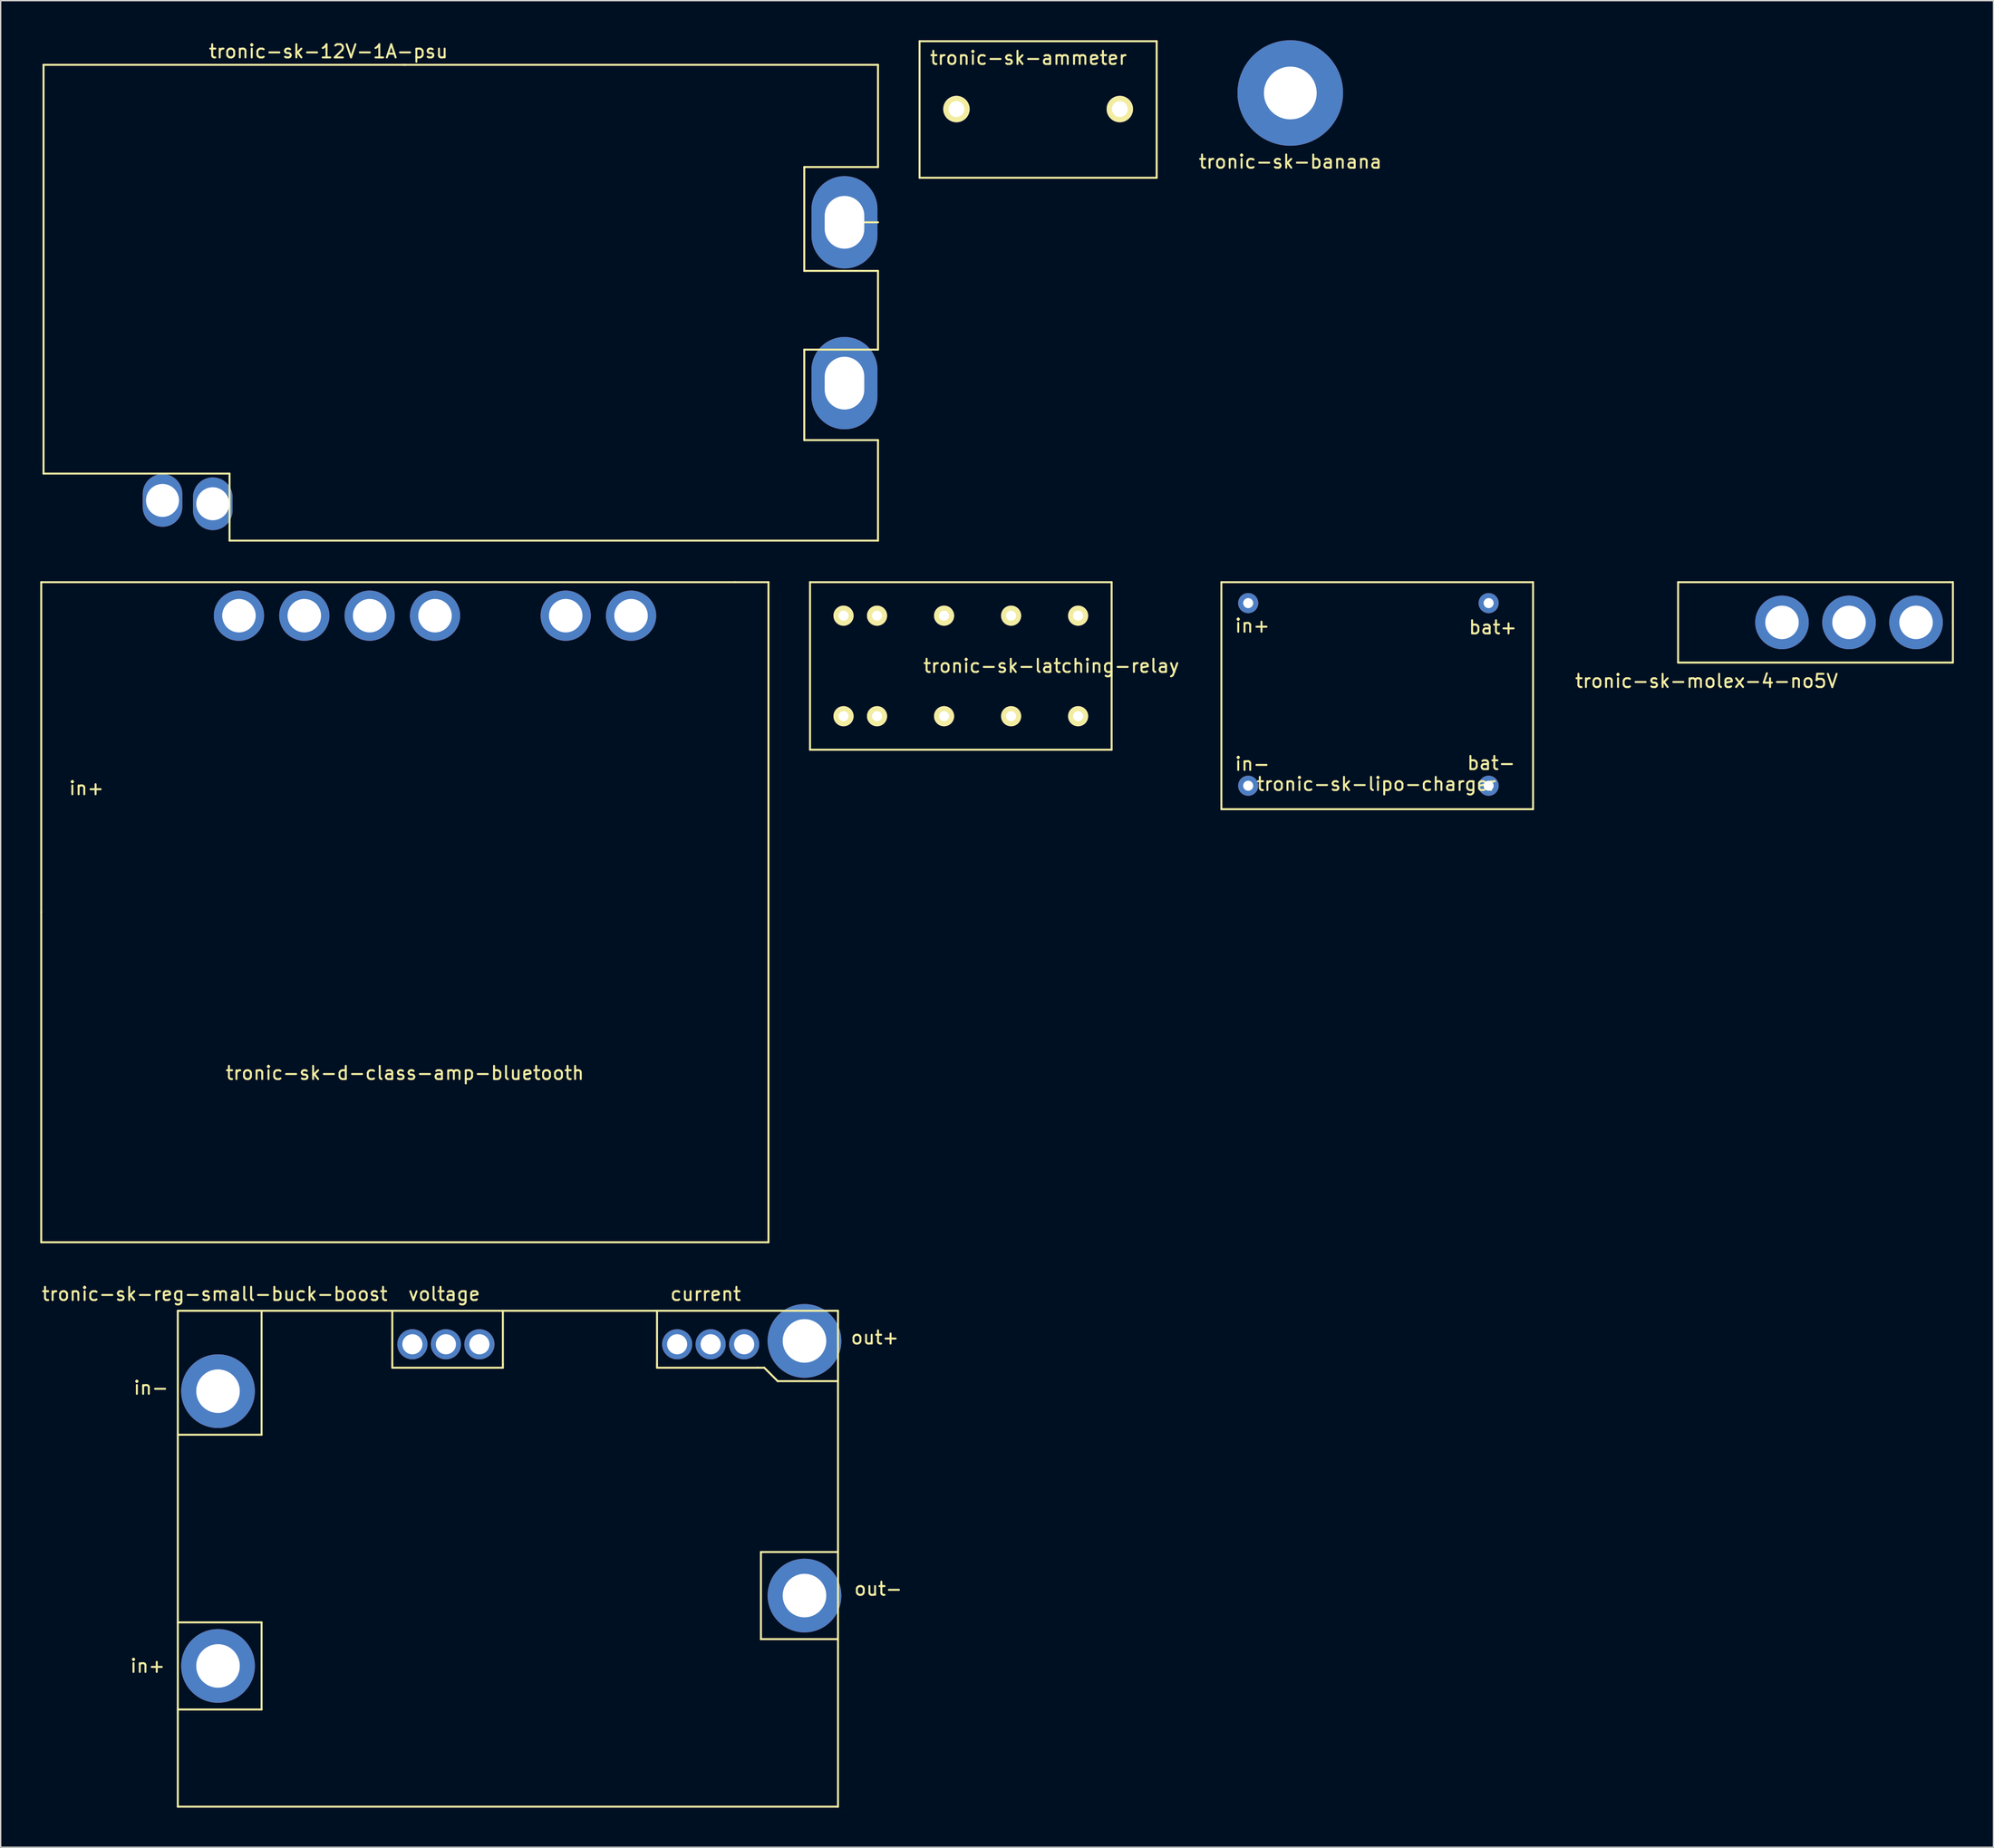
<source format=kicad_pcb>
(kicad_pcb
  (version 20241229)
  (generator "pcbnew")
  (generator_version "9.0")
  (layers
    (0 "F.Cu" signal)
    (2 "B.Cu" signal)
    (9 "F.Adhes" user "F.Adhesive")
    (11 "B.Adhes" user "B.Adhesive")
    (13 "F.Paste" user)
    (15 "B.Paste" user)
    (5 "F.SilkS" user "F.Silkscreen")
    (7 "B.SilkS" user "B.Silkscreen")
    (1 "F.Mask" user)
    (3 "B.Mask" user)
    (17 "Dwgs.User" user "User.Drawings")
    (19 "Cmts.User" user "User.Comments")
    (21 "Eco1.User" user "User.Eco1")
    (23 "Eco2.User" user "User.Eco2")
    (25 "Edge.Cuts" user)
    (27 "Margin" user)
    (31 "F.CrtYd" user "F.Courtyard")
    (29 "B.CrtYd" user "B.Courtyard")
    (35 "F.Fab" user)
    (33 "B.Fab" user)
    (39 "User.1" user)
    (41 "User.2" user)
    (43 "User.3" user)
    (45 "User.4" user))
  (footprint "tronic-sk-banana"
    (layer "F.Cu")
    (at 94.745 4)
    (property "Reference" "tronic-sk-banana" (at 0 5.207 0) (layer "F.SilkS") (effects (font (size 1 1) (thickness 0.15))))
    (attr through_hole)
    (pad "1" thru_hole circle (at 0 0) (size 8 8) (drill 4) (layers "*.Cu" "*.Mask")))
  (footprint "tronic-sk-lipo-charger"
    (layer "F.Cu")
    (at 101.205 49.845)
    (property "Reference" "tronic-sk-lipo-charger" (at 0.064 6.54 0) (layer "F.SilkS") (effects (font (size 1 1) (thickness 0.15))))
    (attr through_hole)
    (fp_line (start -11.684 -8.763) (end 11.938 -8.763) (stroke (width 0.15) (type solid)) (layer "F.SilkS"))
    (fp_line (start -11.684 8.445) (end -11.684 -8.763) (stroke (width 0.15) (type solid)) (layer "F.SilkS"))
    (fp_line (start 11.938 -8.763) (end 11.938 8.445) (stroke (width 0.15) (type solid)) (layer "F.SilkS"))
    (fp_line (start 11.938 8.445) (end -11.684 8.445) (stroke (width 0.15) (type solid)) (layer "F.SilkS"))
    (fp_text user "in+" (at -9.335 -5.461 0) (layer "F.SilkS") (effects (font (size 1 1) (thickness 0.15))))
    (fp_text user "in-" (at -9.335 5.016 0) (layer "F.SilkS") (effects (font (size 1 1) (thickness 0.15))))
    (fp_text user "bat+" (at 8.89 -5.334 0) (layer "F.SilkS") (effects (font (size 1 1) (thickness 0.15))))
    (fp_text user "bat-" (at 8.763 4.953 0) (layer "F.SilkS") (effects (font (size 1 1) (thickness 0.15))))
    (pad "1" thru_hole circle (at -9.652 -7.176) (size 1.524 1.524) (drill 0.762) (layers "*.Cu" "*.Mask"))
    (pad "2" thru_hole circle (at -9.652 6.668) (size 1.524 1.524) (drill 0.762) (layers "*.Cu" "*.Mask"))
    (pad "3" thru_hole circle (at 8.572 -7.176) (size 1.524 1.524) (drill 0.762) (layers "*.Cu" "*.Mask"))
    (pad "4" thru_hole circle (at 8.572 6.668) (size 1.524 1.524) (drill 0.762) (layers "*.Cu" "*.Mask")))
  (footprint "tronic-sk-12V-1A-psu"
    (layer "F.Cu")
    (at 0.25 1.864)
    (property "Reference" "tronic-sk-12V-1A-psu" (at 21.59 -1.016 0) (layer "F.SilkS") (effects (font (size 1 1) (thickness 0.15))))
    (attr through_hole)
    (fp_line (start 0 0) (end 63.246 0) (stroke (width 0.15) (type solid)) (layer "F.SilkS"))
    (fp_line (start 0 30.988) (end 0 0) (stroke (width 0.15) (type solid)) (layer "F.SilkS"))
    (fp_line (start 14.097 30.988) (end 0 30.988) (stroke (width 0.15) (type solid)) (layer "F.SilkS"))
    (fp_line (start 14.097 30.988) (end 14.097 36.068) (stroke (width 0.15) (type solid)) (layer "F.SilkS"))
    (fp_line (start 14.097 36.068) (end 63.246 36.068) (stroke (width 0.15) (type solid)) (layer "F.SilkS"))
    (fp_line (start 27.28 0) (end 27.432 0) (stroke (width 0.15) (type solid)) (layer "F.SilkS"))
    (fp_line (start 57.658 7.747) (end 63.246 7.747) (stroke (width 0.15) (type solid)) (layer "F.SilkS"))
    (fp_line (start 57.658 15.621) (end 57.658 7.747) (stroke (width 0.15) (type solid)) (layer "F.SilkS"))
    (fp_line (start 57.658 15.621) (end 63.246 15.621) (stroke (width 0.15) (type solid)) (layer "F.SilkS"))
    (fp_line (start 57.658 21.59) (end 63.246 21.59) (stroke (width 0.15) (type solid)) (layer "F.SilkS"))
    (fp_line (start 57.658 28.448) (end 57.658 21.59) (stroke (width 0.15) (type solid)) (layer "F.SilkS"))
    (fp_line (start 57.658 28.448) (end 63.246 28.448) (stroke (width 0.15) (type solid)) (layer "F.SilkS"))
    (fp_line (start 63.246 7.747) (end 63.246 0) (stroke (width 0.15) (type solid)) (layer "F.SilkS"))
    (fp_line (start 63.246 11.938) (end 60.706 11.938) (stroke (width 0.15) (type solid)) (layer "F.SilkS"))
    (fp_line (start 63.246 15.621) (end 63.246 21.59) (stroke (width 0.15) (type solid)) (layer "F.SilkS"))
    (fp_line (start 63.246 28.448) (end 63.246 36.068) (stroke (width 0.15) (type solid)) (layer "F.SilkS"))
    (pad "1" thru_hole oval (at 60.706 11.938) (size 5 7) (drill oval 3 4) (layers "*.Cu" "*.Mask"))
    (pad "2" thru_hole oval (at 60.706 24.13) (size 5 7) (drill oval 3 4) (layers "*.Cu" "*.Mask"))
    (pad "3" thru_hole oval (at 9.017 33.02) (size 3 4) (drill 2.5) (layers "*.Cu" "*.Mask"))
    (pad "4" thru_hole oval (at 12.827 33.274) (size 3 4) (drill 2.5) (layers "*.Cu" "*.Mask")))
  (footprint "tronic-sk-ammeter"
    (layer "F.Cu")
    (at 74.139 3.758)
    (property "Reference" "tronic-sk-ammeter" (at 0.762 -2.413 0) (layer "F.SilkS") (effects (font (size 1 1) (thickness 0.15))))
    (attr through_hole)
    (fp_line (start -7.493 -3.683) (end 10.477 -3.683) (stroke (width 0.15) (type solid)) (layer "F.SilkS"))
    (fp_line (start -7.493 6.668) (end -7.493 -3.683) (stroke (width 0.15) (type solid)) (layer "F.SilkS"))
    (fp_line (start 10.477 -3.683) (end 10.477 6.668) (stroke (width 0.15) (type solid)) (layer "F.SilkS"))
    (fp_line (start 10.477 6.668) (end -7.493 6.668) (stroke (width 0.15) (type solid)) (layer "F.SilkS"))
    (pad "1" thru_hole circle (at -4.699 1.46) (size 2 2) (drill 1.2) (layers "*.Cu" "*.Mask" "F.SilkS"))
    (pad "2" thru_hole circle (at 7.684 1.46) (size 2 2) (drill 1.2) (layers "*.Cu" "*.Mask" "F.SilkS")))
  (footprint "tronic-sk-molex-4-no5V"
    (layer "F.Cu")
    (at 134.551 44.13)
    (property "Reference" "tronic-sk-molex-4-no5V" (at -8.255 4.445 0) (layer "F.SilkS") (effects (font (size 1 1) (thickness 0.15))))
    (attr through_hole)
    (fp_line (start -10.414 -3.048) (end 10.16 -3.048) (stroke (width 0.15) (type solid)) (layer "F.SilkS"))
    (fp_line (start -10.414 3.048) (end -10.414 -3.048) (stroke (width 0.15) (type solid)) (layer "F.SilkS"))
    (fp_line (start 10.16 -3.048) (end 10.414 -3.048) (stroke (width 0.15) (type solid)) (layer "F.SilkS"))
    (fp_line (start 10.414 -3.048) (end 10.414 0) (stroke (width 0.15) (type solid)) (layer "F.SilkS"))
    (fp_line (start 10.414 0) (end 10.414 3.048) (stroke (width 0.15) (type solid)) (layer "F.SilkS"))
    (fp_line (start 10.414 3.048) (end -10.414 3.048) (stroke (width 0.15) (type solid)) (layer "F.SilkS"))
    (pad "1" thru_hole circle (at -2.54 0) (size 4.064 4.064) (drill 2.54) (layers "*.Cu" "*.Mask"))
    (pad "1" thru_hole circle (at 2.54 0) (size 4.064 4.064) (drill 2.54) (layers "*.Cu" "*.Mask"))
    (pad "2" thru_hole circle (at 7.62 0) (size 4.064 4.064) (drill 2.54) (layers "*.Cu" "*.Mask")))
  (footprint "tronic-sk-d-class-amp-bluetooth"
    (layer "F.Cu")
    (at 27.634 66.101)
    (property "Reference" "tronic-sk-d-class-amp-bluetooth" (at 0 12.192 0) (layer "F.SilkS") (effects (font (size 1 1) (thickness 0.15))))
    (attr through_hole)
    (fp_line (start -27.559 -25.019) (end 25.019 -25.019) (stroke (width 0.15) (type solid)) (layer "F.SilkS"))
    (fp_line (start -27.559 0) (end -27.559 -25.019) (stroke (width 0.15) (type solid)) (layer "F.SilkS"))
    (fp_line (start -27.559 25.019) (end -27.559 0) (stroke (width 0.15) (type solid)) (layer "F.SilkS"))
    (fp_line (start 25.019 -25.019) (end 27.559 -25.019) (stroke (width 0.15) (type solid)) (layer "F.SilkS"))
    (fp_line (start 27.559 -25.019) (end 27.559 25.019) (stroke (width 0.15) (type solid)) (layer "F.SilkS"))
    (fp_line (start 27.559 25.019) (end -27.559 25.019) (stroke (width 0.15) (type solid)) (layer "F.SilkS"))
    (fp_text user "in+" (at -24.13 -9.398 0) (layer "F.SilkS") (effects (font (size 1 1) (thickness 0.15))))
    (pad "1" thru_hole circle (at 17.145 -22.479) (size 3.81 3.81) (drill 2.54) (layers "*.Cu" "*.Mask"))
    (pad "2" thru_hole circle (at 12.192 -22.479) (size 3.81 3.81) (drill 2.54) (layers "*.Cu" "*.Mask"))
    (pad "3" thru_hole circle (at 2.286 -22.479) (size 3.81 3.81) (drill 2.54) (layers "*.Cu" "*.Mask"))
    (pad "4" thru_hole circle (at -2.667 -22.479) (size 3.81 3.81) (drill 2.54) (layers "*.Cu" "*.Mask"))
    (pad "5" thru_hole circle (at -7.62 -22.479) (size 3.81 3.81) (drill 2.54) (layers "*.Cu" "*.Mask"))
    (pad "6" thru_hole circle (at -12.573 -22.479) (size 3.81 3.81) (drill 2.54) (layers "*.Cu" "*.Mask")))
  (footprint "tronic-sk-latching-relay"
    (layer "F.Cu")
    (at 65.963 51.242)
    (property "Reference" "tronic-sk-latching-relay" (at 10.668 -3.81 0) (layer "F.SilkS") (effects (font (size 1 1) (thickness 0.15))))
    (attr through_hole)
    (fp_line (start -7.62 -10.16) (end -7.62 2.54) (stroke (width 0.15) (type solid)) (layer "F.SilkS"))
    (fp_line (start -7.62 -10.16) (end 15.24 -10.16) (stroke (width 0.15) (type solid)) (layer "F.SilkS"))
    (fp_line (start 15.24 -10.16) (end 15.24 2.54) (stroke (width 0.15) (type solid)) (layer "F.SilkS"))
    (fp_line (start 15.24 2.54) (end -7.62 2.54) (stroke (width 0.15) (type solid)) (layer "F.SilkS"))
    (pad "1" thru_hole circle (at -5.08 0) (size 1.524 1.524) (drill 0.762) (layers "*.Cu" "*.Mask" "F.SilkS"))
    (pad "2" thru_hole circle (at -5.08 -7.62) (size 1.524 1.524) (drill 0.762) (layers "*.Cu" "*.Mask" "F.SilkS"))
    (pad "3" thru_hole circle (at -2.54 0) (size 1.524 1.524) (drill 0.762) (layers "*.Cu" "*.Mask" "F.SilkS"))
    (pad "4" thru_hole circle (at -2.54 -7.62) (size 1.524 1.524) (drill 0.762) (layers "*.Cu" "*.Mask" "F.SilkS"))
    (pad "5" thru_hole circle (at 2.54 0) (size 1.524 1.524) (drill 0.762) (layers "*.Cu" "*.Mask" "F.SilkS"))
    (pad "6" thru_hole circle (at 2.54 -7.62) (size 1.524 1.524) (drill 0.762) (layers "*.Cu" "*.Mask" "F.SilkS"))
    (pad "7" thru_hole circle (at 7.62 0) (size 1.524 1.524) (drill 0.762) (layers "*.Cu" "*.Mask" "F.SilkS"))
    (pad "8" thru_hole circle (at 7.62 -7.62) (size 1.524 1.524) (drill 0.762) (layers "*.Cu" "*.Mask" "F.SilkS"))
    (pad "9" thru_hole circle (at 12.7 0) (size 1.524 1.524) (drill 0.762) (layers "*.Cu" "*.Mask" "F.SilkS"))
    (pad "10" thru_hole circle (at 12.7 -7.62) (size 1.524 1.524) (drill 0.762) (layers "*.Cu" "*.Mask" "F.SilkS")))
  (footprint "tronic-sk-reg-small-buck-boost"
    (layer "F.Cu")
    (at 35.445 115.109)
    (property "Reference" "tronic-sk-reg-small-buck-boost" (at -22.225 -20.066 0) (layer "F.SilkS") (effects (font (size 1 1) (thickness 0.15))))
    (attr through_hole)
    (fp_line (start -25.019 -18.796) (end 25.019 -18.796) (stroke (width 0.15) (type solid)) (layer "F.SilkS"))
    (fp_line (start -25.019 -9.398) (end -18.669 -9.398) (stroke (width 0.15) (type solid)) (layer "F.SilkS"))
    (fp_line (start -25.019 11.43) (end -18.669 11.43) (stroke (width 0.15) (type solid)) (layer "F.SilkS"))
    (fp_line (start -25.019 18.796) (end -25.019 -18.796) (stroke (width 0.15) (type solid)) (layer "F.SilkS"))
    (fp_line (start -18.669 -9.398) (end -18.669 -18.796) (stroke (width 0.15) (type solid)) (layer "F.SilkS"))
    (fp_line (start -18.669 4.826) (end -25.019 4.826) (stroke (width 0.15) (type solid)) (layer "F.SilkS"))
    (fp_line (start -18.669 11.43) (end -18.669 4.826) (stroke (width 0.15) (type solid)) (layer "F.SilkS"))
    (fp_line (start -8.763 -14.732) (end -8.763 -18.796) (stroke (width 0.15) (type solid)) (layer "F.SilkS"))
    (fp_line (start -8.763 -14.732) (end -8.763 -14.478) (stroke (width 0.15) (type solid)) (layer "F.SilkS"))
    (fp_line (start -8.763 -14.478) (end -0.381 -14.478) (stroke (width 0.15) (type solid)) (layer "F.SilkS"))
    (fp_line (start -0.381 -14.732) (end -0.381 -18.796) (stroke (width 0.15) (type solid)) (layer "F.SilkS"))
    (fp_line (start -0.381 -14.732) (end -0.381 -14.478) (stroke (width 0.15) (type solid)) (layer "F.SilkS"))
    (fp_line (start 11.303 -14.732) (end 11.303 -18.796) (stroke (width 0.15) (type solid)) (layer "F.SilkS"))
    (fp_line (start 11.303 -14.732) (end 11.303 -14.478) (stroke (width 0.15) (type solid)) (layer "F.SilkS"))
    (fp_line (start 11.303 -14.478) (end 18.923 -14.478) (stroke (width 0.15) (type solid)) (layer "F.SilkS"))
    (fp_line (start 18.923 -14.478) (end 19.431 -14.478) (stroke (width 0.15) (type solid)) (layer "F.SilkS"))
    (fp_line (start 19.177 -0.508) (end 19.177 6.096) (stroke (width 0.15) (type solid)) (layer "F.SilkS"))
    (fp_line (start 19.177 6.096) (end 25.019 6.096) (stroke (width 0.15) (type solid)) (layer "F.SilkS"))
    (fp_line (start 19.431 -14.478) (end 20.447 -13.462) (stroke (width 0.15) (type solid)) (layer "F.SilkS"))
    (fp_line (start 20.447 -13.462) (end 25.019 -13.462) (stroke (width 0.15) (type solid)) (layer "F.SilkS"))
    (fp_line (start 25.019 -18.796) (end 25.019 18.796) (stroke (width 0.15) (type solid)) (layer "F.SilkS"))
    (fp_line (start 25.019 -0.508) (end 19.177 -0.508) (stroke (width 0.15) (type solid)) (layer "F.SilkS"))
    (fp_line (start 25.019 18.796) (end -25.019 18.796) (stroke (width 0.15) (type solid)) (layer "F.SilkS"))
    (fp_text user "current" (at 14.986 -20.066 0) (layer "F.SilkS") (effects (font (size 1 1) (thickness 0.15))))
    (fp_text user "out-" (at 28.067 2.286 0) (layer "F.SilkS") (effects (font (size 1 1) (thickness 0.15))))
    (fp_text user "out+" (at 27.813 -16.764 0) (layer "F.SilkS") (effects (font (size 1 1) (thickness 0.15))))
    (fp_text user "in+" (at -27.305 8.128 0) (layer "F.SilkS") (effects (font (size 1 1) (thickness 0.15))))
    (fp_text user "voltage" (at -4.826 -20.066 0) (layer "F.SilkS") (effects (font (size 1 1) (thickness 0.15))))
    (fp_text user "in-" (at -27.051 -12.954 0) (layer "F.SilkS") (effects (font (size 1 1) (thickness 0.15))))
    (pad "1" thru_hole circle (at 22.479 -16.51) (size 5.588 5.588) (drill 3.302) (layers "*.Cu" "*.Mask"))
    (pad "2" thru_hole circle (at 22.479 2.794) (size 5.588 5.588) (drill 3.302) (layers "*.Cu" "*.Mask"))
    (pad "3" thru_hole circle (at -21.971 -12.7) (size 5.588 5.588) (drill 3.302) (layers "*.Cu" "*.Mask"))
    (pad "4" thru_hole circle (at -21.971 8.128) (size 5.588 5.588) (drill 3.302) (layers "*.Cu" "*.Mask"))
    (pad "5" thru_hole circle (at -7.239 -16.256) (size 2.286 2.286) (drill 1.524) (layers "*.Cu" "*.Mask"))
    (pad "6" thru_hole circle (at -4.699 -16.256) (size 2.286 2.286) (drill 1.524) (layers "*.Cu" "*.Mask"))
    (pad "7" thru_hole circle (at -2.159 -16.256) (size 2.286 2.286) (drill 1.524) (layers "*.Cu" "*.Mask"))
    (pad "8" thru_hole circle (at 12.827 -16.256) (size 2.286 2.286) (drill 1.524) (layers "*.Cu" "*.Mask"))
    (pad "9" thru_hole circle (at 15.367 -16.256) (size 2.286 2.286) (drill 1.524) (layers "*.Cu" "*.Mask"))
    (pad "10" thru_hole circle (at 17.907 -16.256) (size 2.286 2.286) (drill 1.524) (layers "*.Cu" "*.Mask")))
  (gr_rect
    (start -3 -3)
    (end 148.04 136.981)
    (stroke (width 0.1) (type default))
    (fill no)
    (layer "Edge.Cuts")))
</source>
